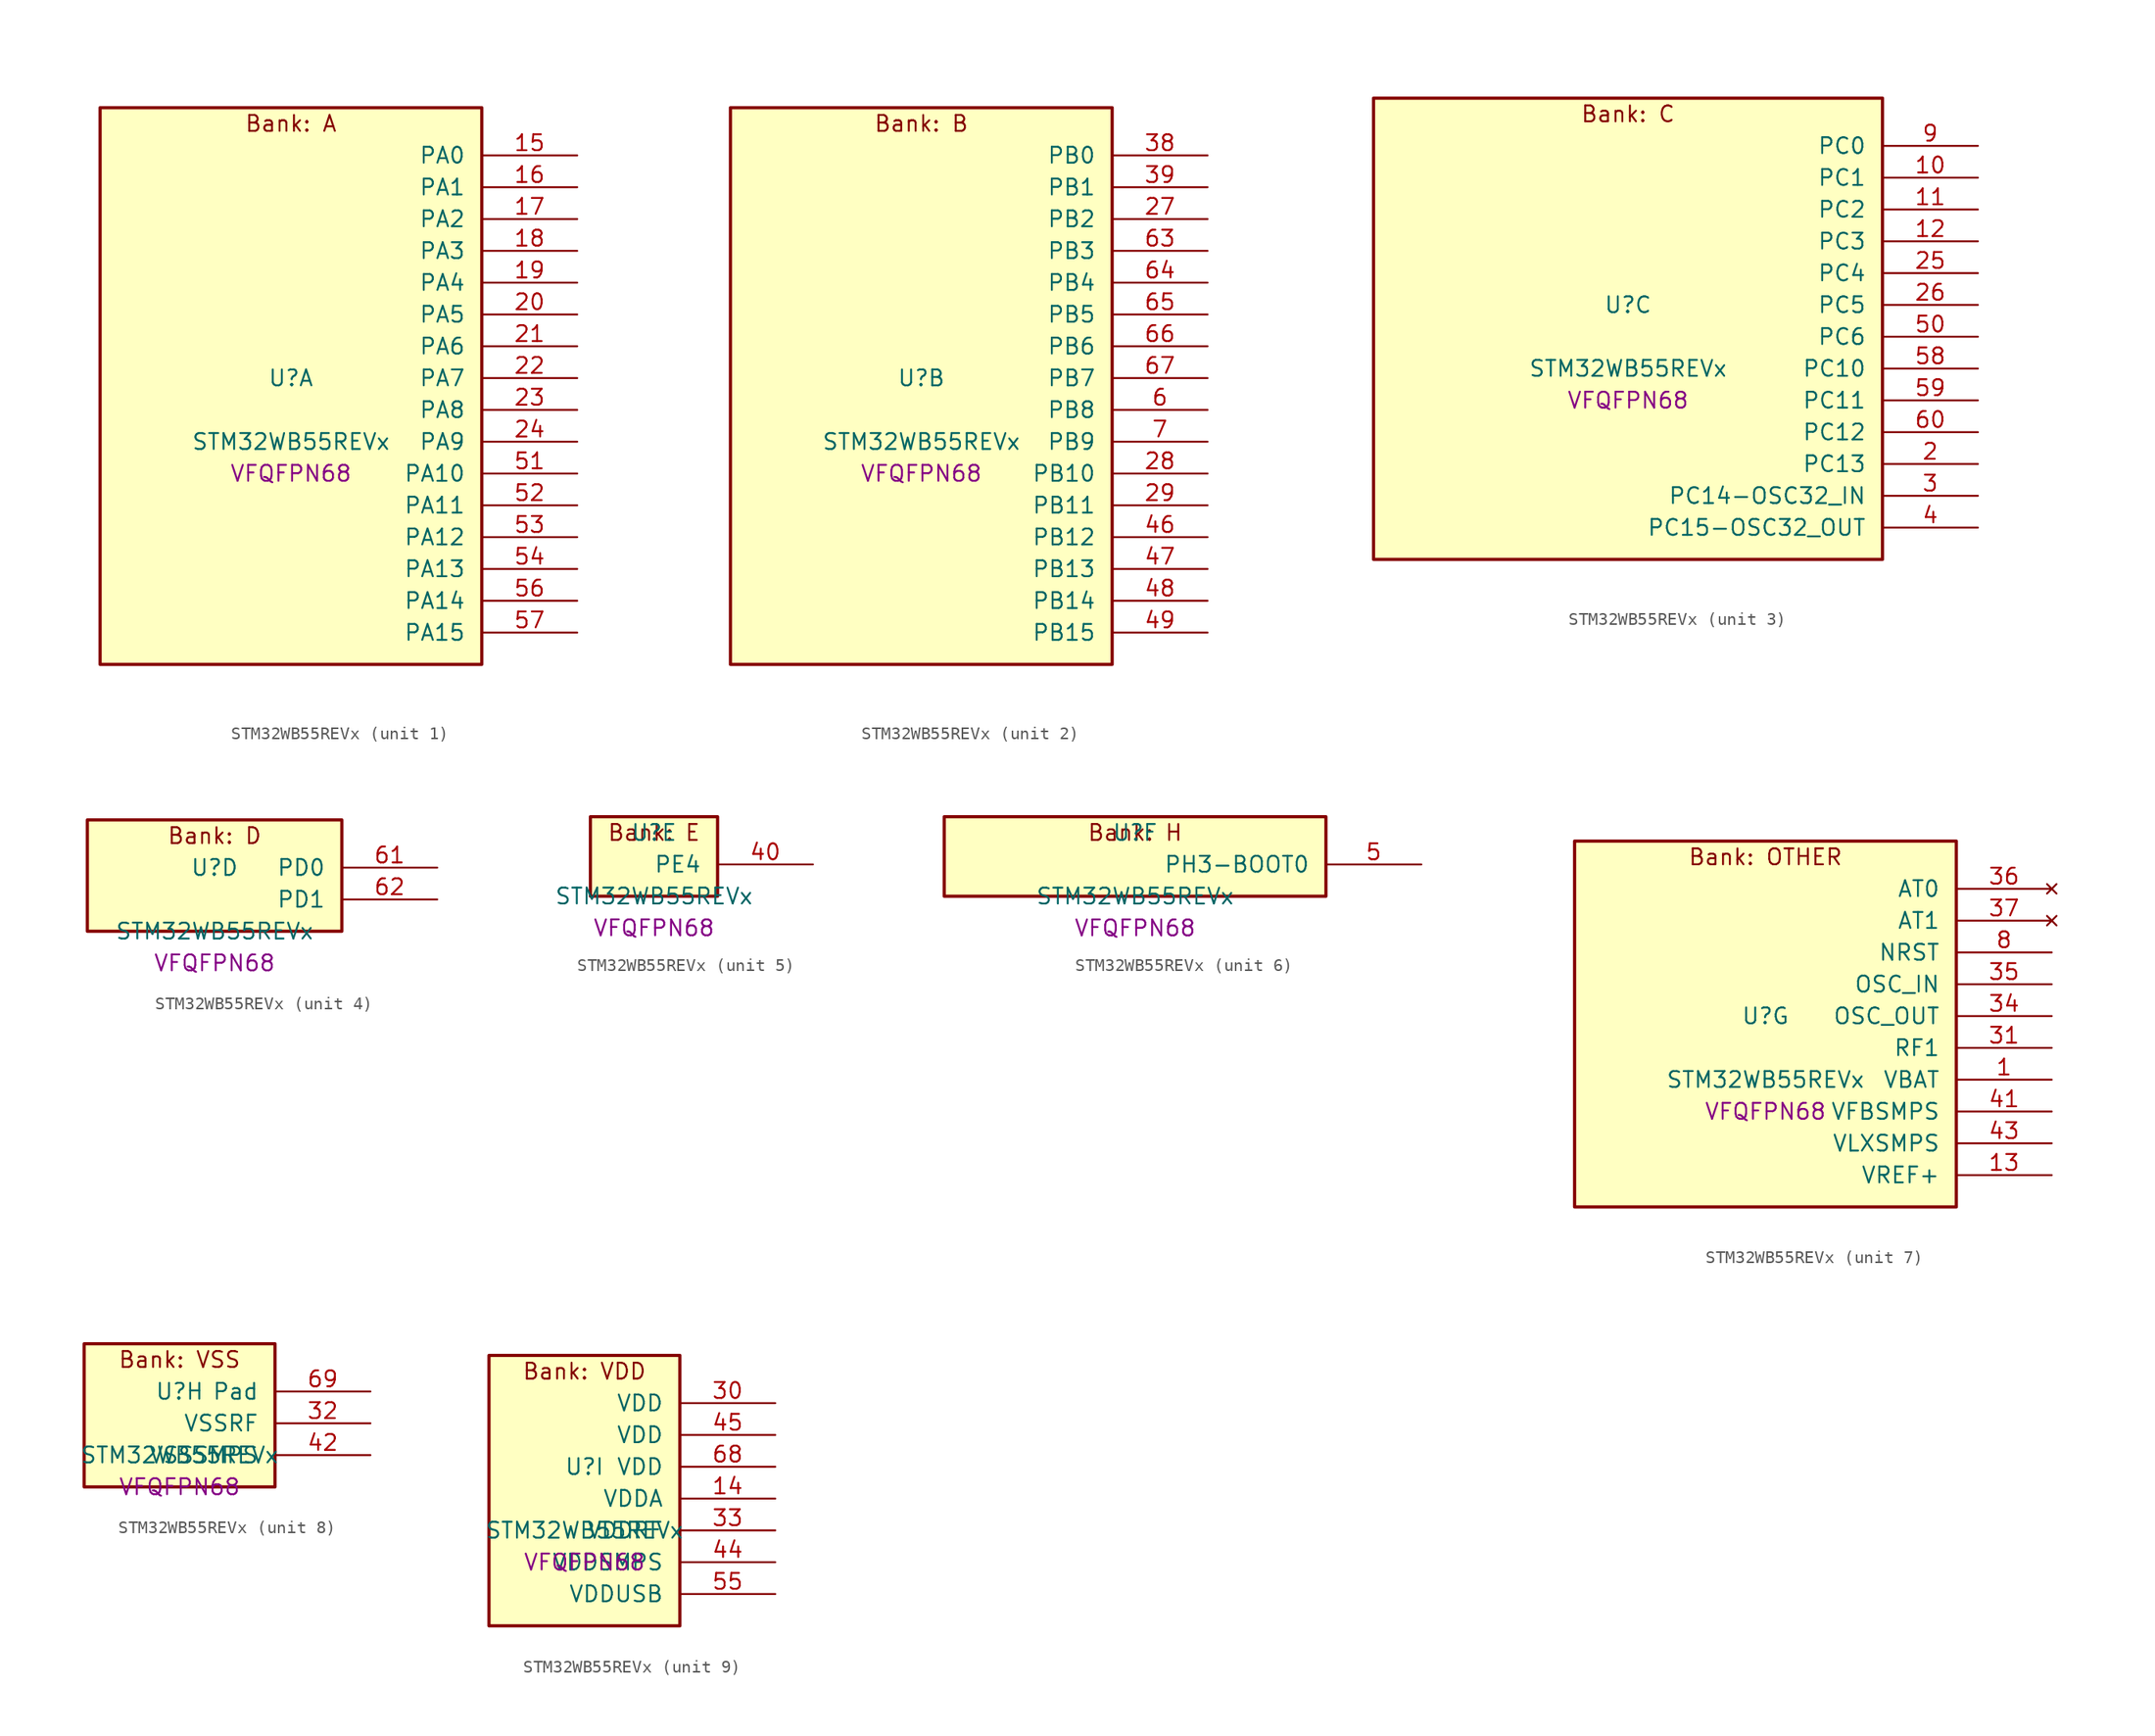
<source format=kicad_sym>
(kicad_symbol_lib
  (version 20241209)
  (generator "stm32_pkl_generator")
  (generator_version "1.0")
  (symbol "STM32WB55REVx"
    (pin_names
      (offset 1.27))
    (property "Reference" "U"
      (at 0 2.54 0))
    (property "Value" "STM32WB55REVx"
      (at 0 -2.54 0))
    (property "Footprint" "VFQFPN68"
      (at 0 -5.08 0))
    (symbol "STM32WB55REVx_1_1"
      (rectangle (start -15.24 24.13) (end 15.24 -20.32) (stroke (width 0.254) (type solid)) (fill (type background)))
      (text "Bank: A" (at 0 22.86 0))
      (pin bidirectional line (at 22.86 20.32 180) (length 7.62) (name "PA0") (number "15") (alternate "PA0/ADC1_IN5" bidirectional line) (alternate "PA0/COMP1_INM" bidirectional line) (alternate "PA0/COMP1_OUT" bidirectional line) (alternate "PA0/RTC_TAMP2" bidirectional line) (alternate "PA0/SAI1_EXTCLK" bidirectional line) (alternate "PA0/SYS_WKUP1" bidirectional line) (alternate "PA0/TIM2_CH1" bidirectional line) (alternate "PA0/TIM2_ETR" bidirectional line))
      (pin bidirectional line (at 22.86 17.78 180) (length 7.62) (name "PA1") (number "16") (alternate "PA1/ADC1_IN6" bidirectional line) (alternate "PA1/COMP1_INP" bidirectional line) (alternate "PA1/I2C1_SMBA" bidirectional line) (alternate "PA1/LCD_SEG0" bidirectional line) (alternate "PA1/SPI1_SCK" bidirectional line) (alternate "PA1/TIM2_CH2" bidirectional line))
      (pin bidirectional line (at 22.86 15.24 180) (length 7.62) (name "PA2") (number "17") (alternate "PA2/ADC1_IN7" bidirectional line) (alternate "PA2/COMP2_INM" bidirectional line) (alternate "PA2/COMP2_OUT" bidirectional line) (alternate "PA2/LCD_SEG1" bidirectional line) (alternate "PA2/LPUART1_TX" bidirectional line) (alternate "PA2/QUADSPI_BK1_NCS" bidirectional line) (alternate "PA2/RCC_LSCO" bidirectional line) (alternate "PA2/SYS_WKUP4" bidirectional line) (alternate "PA2/TIM2_CH3" bidirectional line))
      (pin bidirectional line (at 22.86 12.7 180) (length 7.62) (name "PA3") (number "18") (alternate "PA3/ADC1_IN8" bidirectional line) (alternate "PA3/COMP2_INP" bidirectional line) (alternate "PA3/LCD_SEG2" bidirectional line) (alternate "PA3/LPUART1_RX" bidirectional line) (alternate "PA3/QUADSPI_CLK" bidirectional line) (alternate "PA3/SAI1_CK1" bidirectional line) (alternate "PA3/SAI1_MCLK_A" bidirectional line) (alternate "PA3/TIM2_CH4" bidirectional line))
      (pin bidirectional line (at 22.86 10.16 180) (length 7.62) (name "PA4") (number "19") (alternate "PA4/ADC1_IN9" bidirectional line) (alternate "PA4/COMP1_INM" bidirectional line) (alternate "PA4/COMP2_INM" bidirectional line) (alternate "PA4/LCD_SEG5" bidirectional line) (alternate "PA4/LPTIM2_OUT" bidirectional line) (alternate "PA4/SAI1_FS_B" bidirectional line) (alternate "PA4/SPI1_NSS" bidirectional line))
      (pin bidirectional line (at 22.86 7.62 180) (length 7.62) (name "PA5") (number "20") (alternate "PA5/ADC1_IN10" bidirectional line) (alternate "PA5/COMP1_INM" bidirectional line) (alternate "PA5/COMP2_INM" bidirectional line) (alternate "PA5/LPTIM2_ETR" bidirectional line) (alternate "PA5/SAI1_SD_B" bidirectional line) (alternate "PA5/SPI1_SCK" bidirectional line) (alternate "PA5/TIM2_CH1" bidirectional line) (alternate "PA5/TIM2_ETR" bidirectional line))
      (pin bidirectional line (at 22.86 5.08 180) (length 7.62) (name "PA6") (number "21") (alternate "PA6/ADC1_IN11" bidirectional line) (alternate "PA6/LCD_SEG3" bidirectional line) (alternate "PA6/LPUART1_CTS" bidirectional line) (alternate "PA6/QUADSPI_BK1_IO3" bidirectional line) (alternate "PA6/SPI1_MISO" bidirectional line) (alternate "PA6/TIM16_CH1" bidirectional line) (alternate "PA6/TIM1_BKIN" bidirectional line))
      (pin bidirectional line (at 22.86 2.54 180) (length 7.62) (name "PA7") (number "22") (alternate "PA7/ADC1_IN12" bidirectional line) (alternate "PA7/COMP2_OUT" bidirectional line) (alternate "PA7/I2C3_SCL" bidirectional line) (alternate "PA7/LCD_SEG4" bidirectional line) (alternate "PA7/QUADSPI_BK1_IO2" bidirectional line) (alternate "PA7/SPI1_MOSI" bidirectional line) (alternate "PA7/TIM17_CH1" bidirectional line) (alternate "PA7/TIM1_CH1N" bidirectional line))
      (pin bidirectional line (at 22.86 0 180) (length 7.62) (name "PA8") (number "23") (alternate "PA8/ADC1_IN15" bidirectional line) (alternate "PA8/LCD_COM0" bidirectional line) (alternate "PA8/LPTIM2_OUT" bidirectional line) (alternate "PA8/RCC_MCO" bidirectional line) (alternate "PA8/SAI1_CK2" bidirectional line) (alternate "PA8/SAI1_SCK_A" bidirectional line) (alternate "PA8/TIM1_CH1" bidirectional line) (alternate "PA8/USART1_CK" bidirectional line))
      (pin bidirectional line (at 22.86 -2.54 180) (length 7.62) (name "PA9") (number "24") (alternate "PA9/ADC1_IN16" bidirectional line) (alternate "PA9/COMP1_INM" bidirectional line) (alternate "PA9/I2C1_SCL" bidirectional line) (alternate "PA9/LCD_COM1" bidirectional line) (alternate "PA9/SAI1_D2" bidirectional line) (alternate "PA9/SAI1_FS_A" bidirectional line) (alternate "PA9/SPI2_SCK" bidirectional line) (alternate "PA9/TIM1_CH2" bidirectional line) (alternate "PA9/USART1_TX" bidirectional line))
      (pin bidirectional line (at 22.86 -5.08 180) (length 7.62) (name "PA10") (number "51") (alternate "PA10/CRS_SYNC" bidirectional line) (alternate "PA10/I2C1_SDA" bidirectional line) (alternate "PA10/LCD_COM2" bidirectional line) (alternate "PA10/SAI1_D1" bidirectional line) (alternate "PA10/SAI1_SD_A" bidirectional line) (alternate "PA10/TIM17_BKIN" bidirectional line) (alternate "PA10/TIM1_CH3" bidirectional line) (alternate "PA10/USART1_RX" bidirectional line))
      (pin bidirectional line (at 22.86 -7.62 180) (length 7.62) (name "PA11") (number "52") (alternate "PA11/ADC1_EXTI11" bidirectional line) (alternate "PA11/SPI1_MISO" bidirectional line) (alternate "PA11/TIM1_BKIN2" bidirectional line) (alternate "PA11/TIM1_CH4" bidirectional line) (alternate "PA11/USART1_CTS" bidirectional line) (alternate "PA11/USART1_NSS" bidirectional line) (alternate "PA11/USB_DM" bidirectional line))
      (pin bidirectional line (at 22.86 -10.16 180) (length 7.62) (name "PA12") (number "53") (alternate "PA12/LPUART1_RX" bidirectional line) (alternate "PA12/SPI1_MOSI" bidirectional line) (alternate "PA12/TIM1_ETR" bidirectional line) (alternate "PA12/USART1_DE" bidirectional line) (alternate "PA12/USART1_RTS" bidirectional line) (alternate "PA12/USB_DP" bidirectional line))
      (pin bidirectional line (at 22.86 -12.7 180) (length 7.62) (name "PA13") (number "54") (alternate "PA13/IR_OUT" bidirectional line) (alternate "PA13/SAI1_SD_B" bidirectional line) (alternate "PA13/SYS_JTMS-SWDIO" bidirectional line) (alternate "PA13/USB_NOE" bidirectional line))
      (pin bidirectional line (at 22.86 -15.24 180) (length 7.62) (name "PA14") (number "56") (alternate "PA14/I2C1_SMBA" bidirectional line) (alternate "PA14/LCD_SEG5" bidirectional line) (alternate "PA14/LPTIM1_OUT" bidirectional line) (alternate "PA14/SAI1_FS_B" bidirectional line) (alternate "PA14/SYS_JTCK-SWCLK" bidirectional line))
      (pin bidirectional line (at 22.86 -17.78 180) (length 7.62) (name "PA15") (number "57") (alternate "PA15/ADC1_EXTI15" bidirectional line) (alternate "PA15/LCD_SEG17" bidirectional line) (alternate "PA15/RCC_MCO" bidirectional line) (alternate "PA15/SPI1_NSS" bidirectional line) (alternate "PA15/SYS_JTDI" bidirectional line) (alternate "PA15/TIM2_CH1" bidirectional line) (alternate "PA15/TIM2_ETR" bidirectional line) (alternate "PA15/TSC_G3_IO1" bidirectional line)))
    (symbol "STM32WB55REVx_2_1"
      (rectangle (start -15.24 24.13) (end 15.24 -20.32) (stroke (width 0.254) (type solid)) (fill (type background)))
      (text "Bank: B" (at 0 22.86 0))
      (pin bidirectional line (at 22.86 20.32 180) (length 7.62) (name "PB0") (number "38") (alternate "PB0/COMP1_OUT" bidirectional line) (alternate "PB0/RF_TX_MOD_EXT_PA" bidirectional line))
      (pin bidirectional line (at 22.86 17.78 180) (length 7.62) (name "PB1") (number "39") (alternate "PB1/LPTIM2_IN1" bidirectional line) (alternate "PB1/LPUART1_DE" bidirectional line) (alternate "PB1/LPUART1_RTS" bidirectional line))
      (pin bidirectional line (at 22.86 15.24 180) (length 7.62) (name "PB2") (number "27") (alternate "PB2/COMP1_INP" bidirectional line) (alternate "PB2/I2C3_SMBA" bidirectional line) (alternate "PB2/LCD_VLCD" bidirectional line) (alternate "PB2/LPTIM1_OUT" bidirectional line) (alternate "PB2/RTC_OUT2" bidirectional line) (alternate "PB2/SAI1_EXTCLK" bidirectional line) (alternate "PB2/SPI1_NSS" bidirectional line))
      (pin bidirectional line (at 22.86 12.7 180) (length 7.62) (name "PB3") (number "63") (alternate "PB3/COMP2_INM" bidirectional line) (alternate "PB3/LCD_SEG7" bidirectional line) (alternate "PB3/SAI1_SCK_B" bidirectional line) (alternate "PB3/SPI1_SCK" bidirectional line) (alternate "PB3/SYS_JTDO-SWO" bidirectional line) (alternate "PB3/TIM2_CH2" bidirectional line) (alternate "PB3/USART1_DE" bidirectional line) (alternate "PB3/USART1_RTS" bidirectional line))
      (pin bidirectional line (at 22.86 10.16 180) (length 7.62) (name "PB4") (number "64") (alternate "PB4/COMP2_INP" bidirectional line) (alternate "PB4/I2C3_SDA" bidirectional line) (alternate "PB4/LCD_SEG8" bidirectional line) (alternate "PB4/SAI1_MCLK_B" bidirectional line) (alternate "PB4/SPI1_MISO" bidirectional line) (alternate "PB4/SYS_JTRST" bidirectional line) (alternate "PB4/TIM17_BKIN" bidirectional line) (alternate "PB4/TSC_G2_IO1" bidirectional line) (alternate "PB4/USART1_CTS" bidirectional line) (alternate "PB4/USART1_NSS" bidirectional line))
      (pin bidirectional line (at 22.86 7.62 180) (length 7.62) (name "PB5") (number "65") (alternate "PB5/COMP2_OUT" bidirectional line) (alternate "PB5/I2C1_SMBA" bidirectional line) (alternate "PB5/LCD_SEG9" bidirectional line) (alternate "PB5/LPTIM1_IN1" bidirectional line) (alternate "PB5/LPUART1_TX" bidirectional line) (alternate "PB5/SAI1_SD_B" bidirectional line) (alternate "PB5/SPI1_MOSI" bidirectional line) (alternate "PB5/TIM16_BKIN" bidirectional line) (alternate "PB5/TSC_G2_IO2" bidirectional line) (alternate "PB5/USART1_CK" bidirectional line))
      (pin bidirectional line (at 22.86 5.08 180) (length 7.62) (name "PB6") (number "66") (alternate "PB6/COMP2_INP" bidirectional line) (alternate "PB6/I2C1_SCL" bidirectional line) (alternate "PB6/LCD_SEG6" bidirectional line) (alternate "PB6/LPTIM1_ETR" bidirectional line) (alternate "PB6/RCC_MCO" bidirectional line) (alternate "PB6/SAI1_FS_B" bidirectional line) (alternate "PB6/TIM16_CH1N" bidirectional line) (alternate "PB6/TSC_G2_IO3" bidirectional line) (alternate "PB6/USART1_TX" bidirectional line))
      (pin bidirectional line (at 22.86 2.54 180) (length 7.62) (name "PB7") (number "67") (alternate "PB7/COMP2_INM" bidirectional line) (alternate "PB7/I2C1_SDA" bidirectional line) (alternate "PB7/LCD_SEG21" bidirectional line) (alternate "PB7/LPTIM1_IN2" bidirectional line) (alternate "PB7/SYS_PVD_IN" bidirectional line) (alternate "PB7/TIM17_CH1N" bidirectional line) (alternate "PB7/TIM1_BKIN" bidirectional line) (alternate "PB7/TSC_G2_IO4" bidirectional line) (alternate "PB7/USART1_RX" bidirectional line))
      (pin bidirectional line (at 22.86 0 180) (length 7.62) (name "PB8") (number "6") (alternate "PB8/I2C1_SCL" bidirectional line) (alternate "PB8/LCD_SEG16" bidirectional line) (alternate "PB8/QUADSPI_BK1_IO1" bidirectional line) (alternate "PB8/SAI1_CK1" bidirectional line) (alternate "PB8/SAI1_MCLK_A" bidirectional line) (alternate "PB8/TIM16_CH1" bidirectional line) (alternate "PB8/TIM1_CH2N" bidirectional line))
      (pin bidirectional line (at 22.86 -2.54 180) (length 7.62) (name "PB9") (number "7") (alternate "PB9/I2C1_SDA" bidirectional line) (alternate "PB9/IR_OUT" bidirectional line) (alternate "PB9/LCD_COM3" bidirectional line) (alternate "PB9/QUADSPI_BK1_IO0" bidirectional line) (alternate "PB9/SAI1_D2" bidirectional line) (alternate "PB9/SAI1_FS_A" bidirectional line) (alternate "PB9/SPI2_NSS" bidirectional line) (alternate "PB9/TIM17_CH1" bidirectional line) (alternate "PB9/TIM1_CH3N" bidirectional line))
      (pin bidirectional line (at 22.86 -5.08 180) (length 7.62) (name "PB10") (number "28") (alternate "PB10/COMP1_OUT" bidirectional line) (alternate "PB10/I2C3_SCL" bidirectional line) (alternate "PB10/LCD_SEG10" bidirectional line) (alternate "PB10/LPUART1_RX" bidirectional line) (alternate "PB10/QUADSPI_CLK" bidirectional line) (alternate "PB10/SAI1_SCK_A" bidirectional line) (alternate "PB10/SPI2_SCK" bidirectional line) (alternate "PB10/TIM2_CH3" bidirectional line) (alternate "PB10/TSC_SYNC" bidirectional line))
      (pin bidirectional line (at 22.86 -7.62 180) (length 7.62) (name "PB11") (number "29") (alternate "PB11/ADC1_EXTI11" bidirectional line) (alternate "PB11/COMP2_OUT" bidirectional line) (alternate "PB11/I2C3_SDA" bidirectional line) (alternate "PB11/LCD_SEG11" bidirectional line) (alternate "PB11/LPUART1_TX" bidirectional line) (alternate "PB11/QUADSPI_BK1_NCS" bidirectional line) (alternate "PB11/TIM2_CH4" bidirectional line))
      (pin bidirectional line (at 22.86 -10.16 180) (length 7.62) (name "PB12") (number "46") (alternate "PB12/I2C3_SMBA" bidirectional line) (alternate "PB12/LCD_SEG12" bidirectional line) (alternate "PB12/LPUART1_DE" bidirectional line) (alternate "PB12/LPUART1_RTS" bidirectional line) (alternate "PB12/SAI1_FS_A" bidirectional line) (alternate "PB12/SPI2_NSS" bidirectional line) (alternate "PB12/TIM1_BKIN" bidirectional line) (alternate "PB12/TSC_G1_IO1" bidirectional line))
      (pin bidirectional line (at 22.86 -12.7 180) (length 7.62) (name "PB13") (number "47") (alternate "PB13/I2C3_SCL" bidirectional line) (alternate "PB13/LCD_SEG13" bidirectional line) (alternate "PB13/LPUART1_CTS" bidirectional line) (alternate "PB13/SAI1_SCK_A" bidirectional line) (alternate "PB13/SPI2_SCK" bidirectional line) (alternate "PB13/TIM1_CH1N" bidirectional line) (alternate "PB13/TSC_G1_IO2" bidirectional line))
      (pin bidirectional line (at 22.86 -15.24 180) (length 7.62) (name "PB14") (number "48") (alternate "PB14/I2C3_SDA" bidirectional line) (alternate "PB14/LCD_SEG14" bidirectional line) (alternate "PB14/SAI1_MCLK_A" bidirectional line) (alternate "PB14/SPI2_MISO" bidirectional line) (alternate "PB14/TIM1_CH2N" bidirectional line) (alternate "PB14/TSC_G1_IO3" bidirectional line))
      (pin bidirectional line (at 22.86 -17.78 180) (length 7.62) (name "PB15") (number "49") (alternate "PB15/ADC1_EXTI15" bidirectional line) (alternate "PB15/LCD_SEG15" bidirectional line) (alternate "PB15/RTC_REFIN" bidirectional line) (alternate "PB15/SAI1_SD_A" bidirectional line) (alternate "PB15/SPI2_MOSI" bidirectional line) (alternate "PB15/TIM1_CH3N" bidirectional line) (alternate "PB15/TSC_G1_IO4" bidirectional line)))
    (symbol "STM32WB55REVx_3_1"
      (rectangle (start -20.32 19.05) (end 20.32 -17.78) (stroke (width 0.254) (type solid)) (fill (type background)))
      (text "Bank: C" (at 0 17.78 0))
      (pin bidirectional line (at 27.94 15.24 180) (length 7.62) (name "PC0") (number "9") (alternate "PC0/ADC1_IN1" bidirectional line) (alternate "PC0/I2C3_SCL" bidirectional line) (alternate "PC0/LCD_SEG18" bidirectional line) (alternate "PC0/LPTIM1_IN1" bidirectional line) (alternate "PC0/LPTIM2_IN1" bidirectional line) (alternate "PC0/LPUART1_RX" bidirectional line))
      (pin bidirectional line (at 27.94 12.7 180) (length 7.62) (name "PC1") (number "10") (alternate "PC1/ADC1_IN2" bidirectional line) (alternate "PC1/I2C3_SDA" bidirectional line) (alternate "PC1/LCD_SEG19" bidirectional line) (alternate "PC1/LPTIM1_OUT" bidirectional line) (alternate "PC1/LPUART1_TX" bidirectional line) (alternate "PC1/SPI2_MOSI" bidirectional line))
      (pin bidirectional line (at 27.94 10.16 180) (length 7.62) (name "PC2") (number "11") (alternate "PC2/ADC1_IN3" bidirectional line) (alternate "PC2/LCD_SEG20" bidirectional line) (alternate "PC2/LPTIM1_IN2" bidirectional line) (alternate "PC2/SPI2_MISO" bidirectional line))
      (pin bidirectional line (at 27.94 7.62 180) (length 7.62) (name "PC3") (number "12") (alternate "PC3/ADC1_IN4" bidirectional line) (alternate "PC3/LCD_VLCD" bidirectional line) (alternate "PC3/LPTIM1_ETR" bidirectional line) (alternate "PC3/LPTIM2_ETR" bidirectional line) (alternate "PC3/SAI1_D1" bidirectional line) (alternate "PC3/SAI1_SD_A" bidirectional line) (alternate "PC3/SPI2_MOSI" bidirectional line))
      (pin bidirectional line (at 27.94 5.08 180) (length 7.62) (name "PC4") (number "25") (alternate "PC4/ADC1_IN13" bidirectional line) (alternate "PC4/COMP1_INM" bidirectional line) (alternate "PC4/LCD_SEG22" bidirectional line))
      (pin bidirectional line (at 27.94 2.54 180) (length 7.62) (name "PC5") (number "26") (alternate "PC5/ADC1_IN14" bidirectional line) (alternate "PC5/COMP1_INP" bidirectional line) (alternate "PC5/LCD_SEG23" bidirectional line) (alternate "PC5/SAI1_D3" bidirectional line) (alternate "PC5/SYS_WKUP5" bidirectional line))
      (pin bidirectional line (at 27.94 0 180) (length 7.62) (name "PC6") (number "50") (alternate "PC6/LCD_SEG24" bidirectional line))
      (pin bidirectional line (at 27.94 -2.54 180) (length 7.62) (name "PC10") (number "58") (alternate "PC10/LCD_COM4" bidirectional line) (alternate "PC10/LCD_SEG28" bidirectional line) (alternate "PC10/LCD_SEG40" bidirectional line) (alternate "PC10/SYS_TRACED1" bidirectional line) (alternate "PC10/TSC_G3_IO2" bidirectional line))
      (pin bidirectional line (at 27.94 -5.08 180) (length 7.62) (name "PC11") (number "59") (alternate "PC11/ADC1_EXTI11" bidirectional line) (alternate "PC11/LCD_COM5" bidirectional line) (alternate "PC11/LCD_SEG29" bidirectional line) (alternate "PC11/LCD_SEG41" bidirectional line) (alternate "PC11/TSC_G3_IO3" bidirectional line))
      (pin bidirectional line (at 27.94 -7.62 180) (length 7.62) (name "PC12") (number "60") (alternate "PC12/LCD_COM6" bidirectional line) (alternate "PC12/LCD_SEG30" bidirectional line) (alternate "PC12/LCD_SEG42" bidirectional line) (alternate "PC12/RCC_LSCO" bidirectional line) (alternate "PC12/RTC_TAMP3" bidirectional line) (alternate "PC12/SYS_TRACED3" bidirectional line) (alternate "PC12/SYS_WKUP3" bidirectional line) (alternate "PC12/TSC_G3_IO4" bidirectional line))
      (pin bidirectional line (at 27.94 -10.16 180) (length 7.62) (name "PC13") (number "2") (alternate "PC13/RTC_OUT1" bidirectional line) (alternate "PC13/RTC_TAMP1" bidirectional line) (alternate "PC13/RTC_TS" bidirectional line) (alternate "PC13/SYS_WKUP2" bidirectional line))
      (pin bidirectional line (at 27.94 -12.7 180) (length 7.62) (name "PC14-OSC32_IN") (number "3") (alternate "PC14-OSC32_IN/RCC_OSC32_IN" bidirectional line))
      (pin bidirectional line (at 27.94 -15.24 180) (length 7.62) (name "PC15-OSC32_OUT") (number "4") (alternate "PC15-OSC32_OUT/ADC1_EXTI15" bidirectional line) (alternate "PC15-OSC32_OUT/RCC_OSC32_OUT" bidirectional line)))
    (symbol "STM32WB55REVx_4_1"
      (rectangle (start -10.16 6.35) (end 10.16 -2.54) (stroke (width 0.254) (type solid)) (fill (type background)))
      (text "Bank: D" (at 0 5.08 0))
      (pin bidirectional line (at 17.78 2.54 180) (length 7.62) (name "PD0") (number "61") (alternate "PD0/SPI2_NSS" bidirectional line))
      (pin bidirectional line (at 17.78 0 180) (length 7.62) (name "PD1") (number "62") (alternate "PD1/SPI2_SCK" bidirectional line)))
    (symbol "STM32WB55REVx_5_1"
      (rectangle (start -5.08 3.81) (end 5.08 -2.54) (stroke (width 0.254) (type solid)) (fill (type background)))
      (text "Bank: E" (at 0 2.54 0))
      (pin bidirectional line (at 12.7 0 180) (length 7.62) (name "PE4") (number "40")))
    (symbol "STM32WB55REVx_6_1"
      (rectangle (start -15.24 3.81) (end 15.24 -2.54) (stroke (width 0.254) (type solid)) (fill (type background)))
      (text "Bank: H" (at 0 2.54 0))
      (pin bidirectional line (at 22.86 0 180) (length 7.62) (name "PH3-BOOT0") (number "5") (alternate "PH3-BOOT0/RCC_LSCO" bidirectional line)))
    (symbol "STM32WB55REVx_7_1"
      (rectangle (start -15.24 16.51) (end 15.24 -12.7) (stroke (width 0.254) (type solid)) (fill (type background)))
      (text "Bank: OTHER" (at 0 15.24 0))
      (pin no_connect line (at 22.86 12.7 180) (length 7.62) (name "AT0") (number "36"))
      (pin no_connect line (at 22.86 10.16 180) (length 7.62) (name "AT1") (number "37"))
      (pin input line (at 22.86 7.62 180) (length 7.62) (name "NRST") (number "8"))
      (pin bidirectional line (at 22.86 5.08 180) (length 7.62) (name "OSC_IN") (number "35") (alternate "OSC_IN/RCC_OSC_IN" bidirectional line))
      (pin bidirectional line (at 22.86 2.54 180) (length 7.62) (name "OSC_OUT") (number "34") (alternate "OSC_OUT/RCC_OSC_OUT" bidirectional line))
      (pin bidirectional line (at 22.86 0 180) (length 7.62) (name "RF1") (number "31") (alternate "RF1/RF_RF1" bidirectional line))
      (pin power_in line (at 22.86 -2.54 180) (length 7.62) (name "VBAT") (number "1"))
      (pin power_in line (at 22.86 -5.08 180) (length 7.62) (name "VFBSMPS") (number "41"))
      (pin power_in line (at 22.86 -7.62 180) (length 7.62) (name "VLXSMPS") (number "43"))
      (pin bidirectional line (at 22.86 -10.16 180) (length 7.62) (name "VREF+") (number "13") (alternate "VREF+/VREFBUF_OUT" bidirectional line)))
    (symbol "STM32WB55REVx_8_1"
      (rectangle (start -7.62 6.35) (end 7.62 -5.08) (stroke (width 0.254) (type solid)) (fill (type background)))
      (text "Bank: VSS" (at 0 5.08 0))
      (pin passive line (at 15.24 2.54 180) (length 7.62) (name "Pad") (number "69"))
      (pin power_in line (at 15.24 0 180) (length 7.62) (name "VSSRF") (number "32"))
      (pin power_in line (at 15.24 -2.54 180) (length 7.62) (name "VSSSMPS") (number "42")))
    (symbol "STM32WB55REVx_9_1"
      (rectangle (start -7.62 11.43) (end 7.62 -10.16) (stroke (width 0.254) (type solid)) (fill (type background)))
      (text "Bank: VDD" (at 0 10.16 0))
      (pin power_in line (at 15.24 7.62 180) (length 7.62) (name "VDD") (number "30"))
      (pin power_in line (at 15.24 5.08 180) (length 7.62) (name "VDD") (number "45"))
      (pin power_in line (at 15.24 2.54 180) (length 7.62) (name "VDD") (number "68"))
      (pin power_in line (at 15.24 0 180) (length 7.62) (name "VDDA") (number "14"))
      (pin power_in line (at 15.24 -2.54 180) (length 7.62) (name "VDDRF") (number "33"))
      (pin power_in line (at 15.24 -5.08 180) (length 7.62) (name "VDDSMPS") (number "44"))
      (pin power_in line (at 15.24 -7.62 180) (length 7.62) (name "VDDUSB") (number "55")))))
</source>
